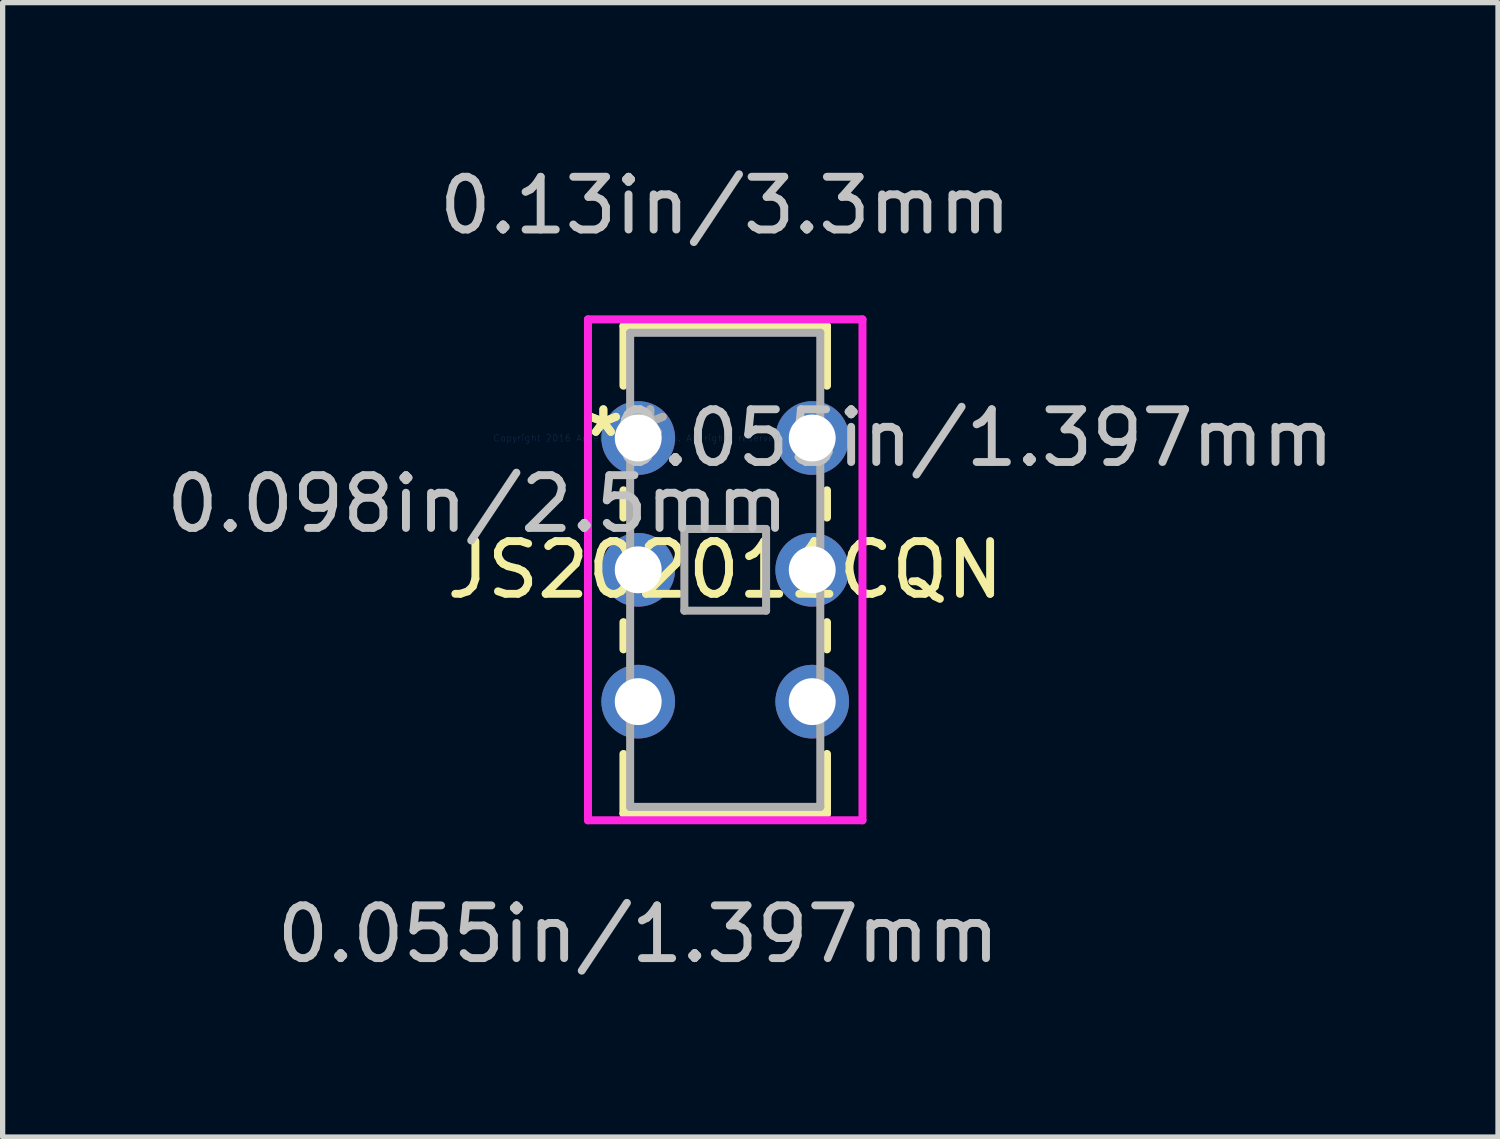
<source format=kicad_pcb>
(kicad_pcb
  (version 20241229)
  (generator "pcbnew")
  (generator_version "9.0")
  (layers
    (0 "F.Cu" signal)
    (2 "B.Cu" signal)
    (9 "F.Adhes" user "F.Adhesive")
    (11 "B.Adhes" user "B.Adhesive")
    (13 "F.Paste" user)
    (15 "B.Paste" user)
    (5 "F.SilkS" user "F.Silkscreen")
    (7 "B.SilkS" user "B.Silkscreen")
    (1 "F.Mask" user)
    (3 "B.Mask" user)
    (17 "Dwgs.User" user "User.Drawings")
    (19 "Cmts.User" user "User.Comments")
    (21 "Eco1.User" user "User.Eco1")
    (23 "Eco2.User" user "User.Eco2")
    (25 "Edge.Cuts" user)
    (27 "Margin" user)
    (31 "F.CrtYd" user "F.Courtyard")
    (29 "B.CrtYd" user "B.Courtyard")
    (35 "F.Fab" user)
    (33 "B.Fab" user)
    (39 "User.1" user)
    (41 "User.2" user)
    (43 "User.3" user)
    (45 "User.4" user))
  (footprint "JS202011CQN"
    (layer "F.Cu")
    (at 9.054 5.257)
    (property "Reference" "JS202011CQN" (at 1.65 2.5 0) (layer "F.SilkS") (effects (font (size 1 1) (thickness 0.15))))
    (attr through_hole)
    (fp_line (start -0.28 -2.123) (end -0.28 -0.992) (stroke (width 0.152) (type solid)) (layer "F.SilkS"))
    (fp_line (start -0.28 0.992) (end -0.28 1.508) (stroke (width 0.152) (type solid)) (layer "F.SilkS"))
    (fp_line (start -0.28 3.492) (end -0.28 4.008) (stroke (width 0.152) (type solid)) (layer "F.SilkS"))
    (fp_line (start -0.28 5.992) (end -0.28 7.123) (stroke (width 0.152) (type solid)) (layer "F.SilkS"))
    (fp_line (start -0.28 7.123) (end 3.58 7.123) (stroke (width 0.152) (type solid)) (layer "F.SilkS"))
    (fp_line (start 3.58 -2.123) (end -0.28 -2.123) (stroke (width 0.152) (type solid)) (layer "F.SilkS"))
    (fp_line (start 3.58 -0.992) (end 3.58 -2.123) (stroke (width 0.152) (type solid)) (layer "F.SilkS"))
    (fp_line (start 3.58 1.508) (end 3.58 0.992) (stroke (width 0.152) (type solid)) (layer "F.SilkS"))
    (fp_line (start 3.58 4.008) (end 3.58 3.492) (stroke (width 0.152) (type solid)) (layer "F.SilkS"))
    (fp_line (start 3.58 7.123) (end 3.58 5.992) (stroke (width 0.152) (type solid)) (layer "F.SilkS"))
    (fp_line (start -0.953 -2.25) (end 4.253 -2.25) (stroke (width 0.152) (type solid)) (layer "F.CrtYd"))
    (fp_line (start -0.953 7.25) (end -0.953 -2.25) (stroke (width 0.152) (type solid)) (layer "F.CrtYd"))
    (fp_line (start 4.253 -2.25) (end 4.253 7.25) (stroke (width 0.152) (type solid)) (layer "F.CrtYd"))
    (fp_line (start 4.253 7.25) (end -0.953 7.25) (stroke (width 0.152) (type solid)) (layer "F.CrtYd"))
    (fp_line (start -0.153 -1.996) (end -0.153 6.996) (stroke (width 0.152) (type solid)) (layer "F.Fab"))
    (fp_line (start -0.153 6.996) (end 3.453 6.996) (stroke (width 0.152) (type solid)) (layer "F.Fab"))
    (fp_line (start 0.875 1.725) (end 2.425 1.725) (stroke (width 0.152) (type solid)) (layer "F.Fab"))
    (fp_line (start 0.875 3.275) (end 0.875 1.725) (stroke (width 0.152) (type solid)) (layer "F.Fab"))
    (fp_line (start 2.425 1.725) (end 2.425 3.275) (stroke (width 0.152) (type solid)) (layer "F.Fab"))
    (fp_line (start 2.425 3.275) (end 0.875 3.275) (stroke (width 0.152) (type solid)) (layer "F.Fab"))
    (fp_line (start 3.453 -1.996) (end -0.153 -1.996) (stroke (width 0.152) (type solid)) (layer "F.Fab"))
    (fp_line (start 3.453 6.996) (end 3.453 -1.996) (stroke (width 0.152) (type solid)) (layer "F.Fab"))
    (fp_text user "*" (at -0.661 0 0) (layer "F.SilkS") (effects (font (size 1 1) (thickness 0.15))))
    (fp_text user "*" (at -0.661 0 0) (layer "F.SilkS") (effects (font (size 1 1) (thickness 0.15))))
    (fp_text user "0.13in/3.3mm" (at 1.65 -4.409 0) (layer "Dwgs.User") (effects (font (size 1 1) (thickness 0.15))))
    (fp_text user "0.055in/1.397mm" (at 0 9.409 0) (layer "Dwgs.User") (effects (font (size 1 1) (thickness 0.15))))
    (fp_text user "0.055in/1.397mm" (at 6.348 0 0) (layer "Dwgs.User") (effects (font (size 1 1) (thickness 0.15))))
    (fp_text user "0.098in/2.5mm" (at -3.048 1.25 0) (layer "Dwgs.User") (effects (font (size 1 1) (thickness 0.15))))
    (fp_text user "Copyright 2016 Accelerated Designs. All rights reserved." (at 0 0 0) (layer "Cmts.User") (effects (font (size 0.127 0.127) (thickness 0.002))))
    (fp_text user "*" (at 0.228 0 0) (layer "F.Fab") (effects (font (size 1 1) (thickness 0.15))))
    (fp_text user "*" (at 0.228 0 0) (layer "F.Fab") (effects (font (size 1 1) (thickness 0.15))))
    (pad "1" thru_hole circle (at 0.000001 0) (size 1.397 1.397) (drill 0.889) (layers "*.Cu" "*.Mask"))
    (pad "2" thru_hole circle (at 0.000001 2.5) (size 1.397 1.397) (drill 0.889) (layers "*.Cu" "*.Mask"))
    (pad "3" thru_hole circle (at 0.000001 5) (size 1.397 1.397) (drill 0.889) (layers "*.Cu" "*.Mask"))
    (pad "4" thru_hole circle (at 3.3 5) (size 1.397 1.397) (drill 0.889) (layers "*.Cu" "*.Mask"))
    (pad "5" thru_hole circle (at 3.3 2.5) (size 1.397 1.397) (drill 0.889) (layers "*.Cu" "*.Mask"))
    (pad "6" thru_hole circle (at 3.3 0) (size 1.397 1.397) (drill 0.889) (layers "*.Cu" "*.Mask")))
  (gr_rect
    (start -3 -3)
    (end 25.36 18.514)
    (stroke (width 0.1) (type default))
    (fill no)
    (layer "Edge.Cuts")))
</source>
